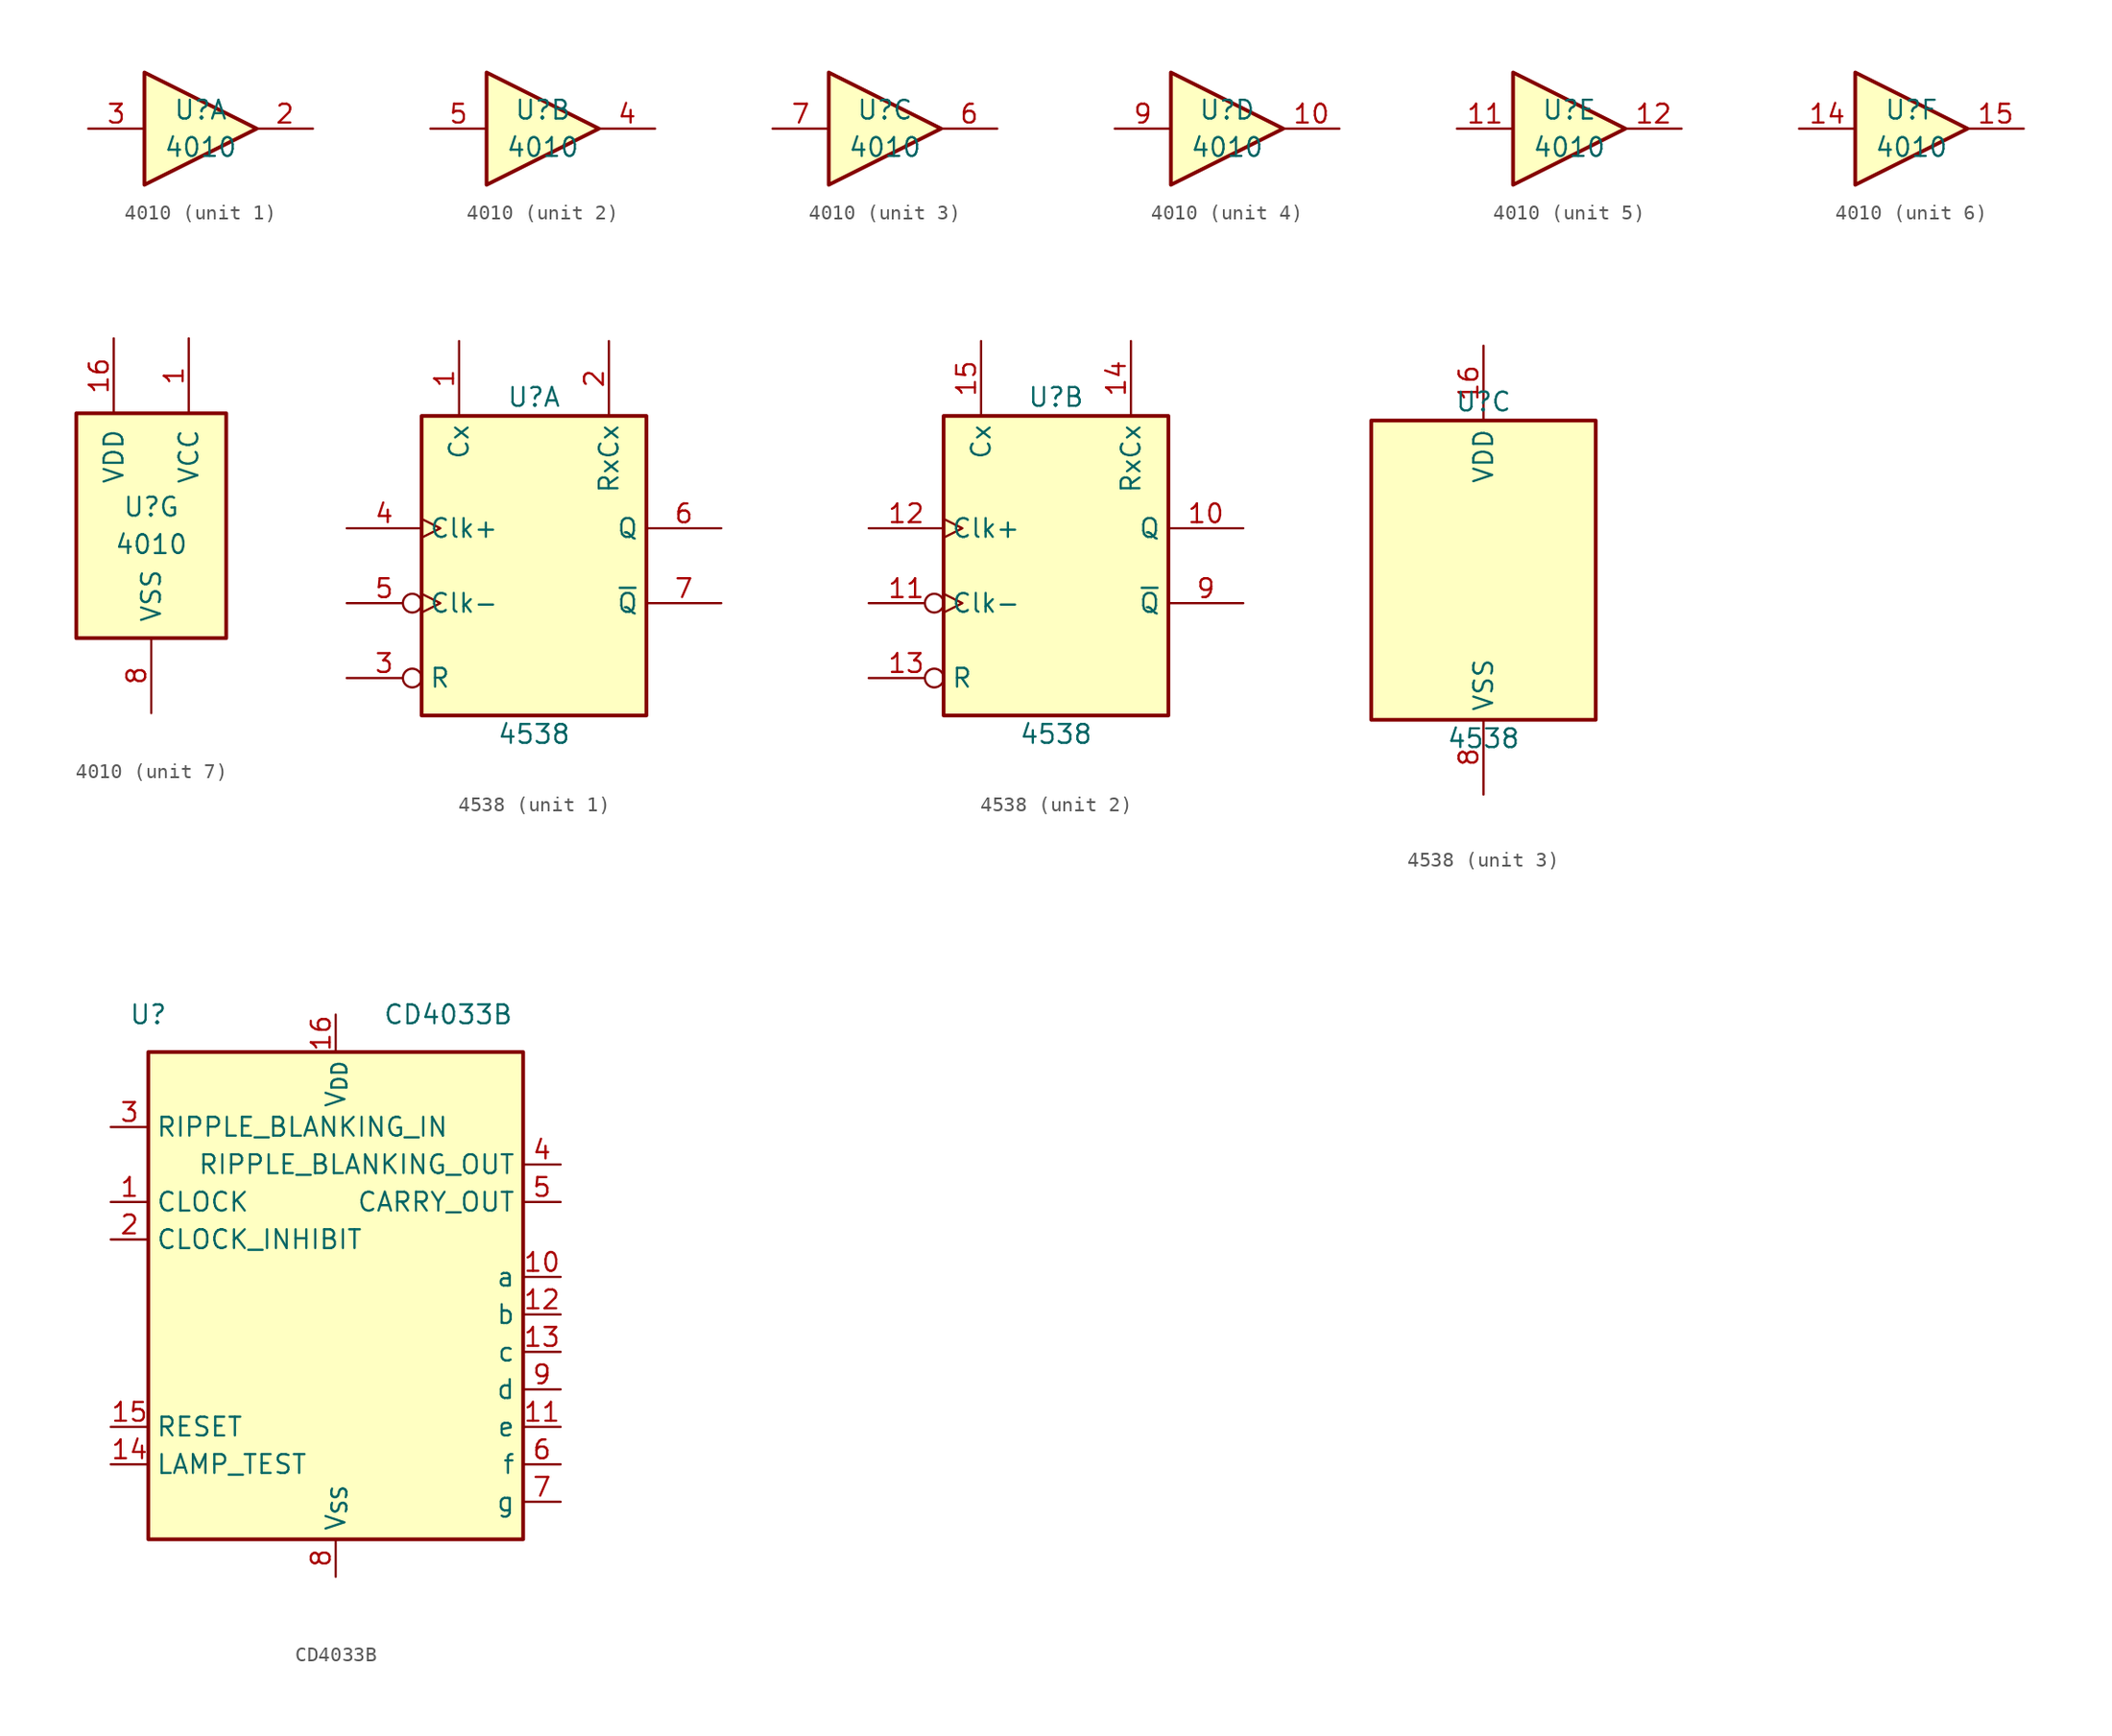
<source format=kicad_sym>
(kicad_symbol_lib
  (version 20231120)
  (generator "kicad_symbol_editor")
  (generator_version "8.0")
  (symbol "4010"
    (pin_names
      (offset 1.016))
    (property "Reference" "U"
      (at 0 1.27 0)
      (effects (font (size 1.27 1.27))))
    (property "Value" "4010"
      (at 0 -1.27 0)
      (effects (font (size 1.27 1.27))))
    (property "ki_locked" ""
      (at 0 0 0)
      (effects (font (size 1.27 1.27))))
    (symbol "4010_1_0"
      (polyline (pts (xy -3.81 3.81) (xy -3.81 -3.81) (xy 3.81 0) (xy -3.81 3.81)) (stroke (width 0.254) (type default)) (fill (type background)))
      (pin output line (at 7.62 0 180) (length 3.81) (name "~" (effects (font (size 1.27 1.27)))) (number "2" (effects (font (size 1.27 1.27)))))
      (pin input line (at -7.62 0 0) (length 3.81) (name "~" (effects (font (size 1.27 1.27)))) (number "3" (effects (font (size 1.27 1.27))))))
    (symbol "4010_2_0"
      (polyline (pts (xy -3.81 3.81) (xy -3.81 -3.81) (xy 3.81 0) (xy -3.81 3.81)) (stroke (width 0.254) (type default)) (fill (type background)))
      (pin output line (at 7.62 0 180) (length 3.81) (name "~" (effects (font (size 1.27 1.27)))) (number "4" (effects (font (size 1.27 1.27)))))
      (pin input line (at -7.62 0 0) (length 3.81) (name "~" (effects (font (size 1.27 1.27)))) (number "5" (effects (font (size 1.27 1.27))))))
    (symbol "4010_3_0"
      (polyline (pts (xy -3.81 3.81) (xy -3.81 -3.81) (xy 3.81 0) (xy -3.81 3.81)) (stroke (width 0.254) (type default)) (fill (type background)))
      (pin output line (at 7.62 0 180) (length 3.81) (name "~" (effects (font (size 1.27 1.27)))) (number "6" (effects (font (size 1.27 1.27)))))
      (pin input line (at -7.62 0 0) (length 3.81) (name "~" (effects (font (size 1.27 1.27)))) (number "7" (effects (font (size 1.27 1.27))))))
    (symbol "4010_4_0"
      (polyline (pts (xy -3.81 3.81) (xy -3.81 -3.81) (xy 3.81 0) (xy -3.81 3.81)) (stroke (width 0.254) (type default)) (fill (type background)))
      (pin output line (at 7.62 0 180) (length 3.81) (name "~" (effects (font (size 1.27 1.27)))) (number "10" (effects (font (size 1.27 1.27)))))
      (pin input line (at -7.62 0 0) (length 3.81) (name "~" (effects (font (size 1.27 1.27)))) (number "9" (effects (font (size 1.27 1.27))))))
    (symbol "4010_5_0"
      (polyline (pts (xy -3.81 3.81) (xy -3.81 -3.81) (xy 3.81 0) (xy -3.81 3.81)) (stroke (width 0.254) (type default)) (fill (type background)))
      (pin input line (at -7.62 0 0) (length 3.81) (name "~" (effects (font (size 1.27 1.27)))) (number "11" (effects (font (size 1.27 1.27)))))
      (pin output line (at 7.62 0 180) (length 3.81) (name "~" (effects (font (size 1.27 1.27)))) (number "12" (effects (font (size 1.27 1.27))))))
    (symbol "4010_6_0"
      (polyline (pts (xy -3.81 3.81) (xy -3.81 -3.81) (xy 3.81 0) (xy -3.81 3.81)) (stroke (width 0.254) (type default)) (fill (type background)))
      (pin input line (at -7.62 0 0) (length 3.81) (name "~" (effects (font (size 1.27 1.27)))) (number "14" (effects (font (size 1.27 1.27)))))
      (pin output line (at 7.62 0 180) (length 3.81) (name "~" (effects (font (size 1.27 1.27)))) (number "15" (effects (font (size 1.27 1.27))))))
    (symbol "4010_7_0"
      (pin power_in line (at 2.54 12.7 270) (length 5.08) (name "VCC" (effects (font (size 1.27 1.27)))) (number "1" (effects (font (size 1.27 1.27)))))
      (pin power_in line (at -2.54 12.7 270) (length 5.08) (name "VDD" (effects (font (size 1.27 1.27)))) (number "16" (effects (font (size 1.27 1.27)))))
      (pin power_in line (at 0 -12.7 90) (length 5.08) (name "VSS" (effects (font (size 1.27 1.27)))) (number "8" (effects (font (size 1.27 1.27))))))
    (symbol "4010_7_1"
      (rectangle (start -5.08 7.62) (end 5.08 -7.62) (stroke (width 0.254) (type default)) (fill (type background)))))
  (symbol "4538"
    (property "Reference" "U"
      (at 0 11.43 0)
      (effects (font (size 1.27 1.27))))
    (property "Value" "4538"
      (at 0 -11.43 0)
      (effects (font (size 1.27 1.27))))
    (property "ki_locked" ""
      (at 0 0 0)
      (effects (font (size 1.27 1.27))))
    (symbol "4538_1_0"
      (pin input line (at -5.08 15.24 270) (length 5.08) (name "Cx" (effects (font (size 1.27 1.27)))) (number "1" (effects (font (size 1.27 1.27)))))
      (pin input line (at 5.08 15.24 270) (length 5.08) (name "RxCx" (effects (font (size 1.27 1.27)))) (number "2" (effects (font (size 1.27 1.27)))))
      (pin input inverted (at -12.7 -7.62 0) (length 5.08) (name "R" (effects (font (size 1.27 1.27)))) (number "3" (effects (font (size 1.27 1.27)))))
      (pin input clock (at -12.7 2.54 0) (length 5.08) (name "Clk+" (effects (font (size 1.27 1.27)))) (number "4" (effects (font (size 1.27 1.27)))))
      (pin input inverted_clock (at -12.7 -2.54 0) (length 5.08) (name "Clk-" (effects (font (size 1.27 1.27)))) (number "5" (effects (font (size 1.27 1.27)))))
      (pin output line (at 12.7 2.54 180) (length 5.08) (name "Q" (effects (font (size 1.27 1.27)))) (number "6" (effects (font (size 1.27 1.27)))))
      (pin output line (at 12.7 -2.54 180) (length 5.08) (name "~{Q}" (effects (font (size 1.27 1.27)))) (number "7" (effects (font (size 1.27 1.27))))))
    (symbol "4538_1_1"
      (rectangle (start -7.62 10.16) (end 7.62 -10.16) (stroke (width 0.254) (type default)) (fill (type background))))
    (symbol "4538_2_0"
      (pin output line (at 12.7 2.54 180) (length 5.08) (name "Q" (effects (font (size 1.27 1.27)))) (number "10" (effects (font (size 1.27 1.27)))))
      (pin input inverted_clock (at -12.7 -2.54 0) (length 5.08) (name "Clk-" (effects (font (size 1.27 1.27)))) (number "11" (effects (font (size 1.27 1.27)))))
      (pin input clock (at -12.7 2.54 0) (length 5.08) (name "Clk+" (effects (font (size 1.27 1.27)))) (number "12" (effects (font (size 1.27 1.27)))))
      (pin input inverted (at -12.7 -7.62 0) (length 5.08) (name "R" (effects (font (size 1.27 1.27)))) (number "13" (effects (font (size 1.27 1.27)))))
      (pin input line (at 5.08 15.24 270) (length 5.08) (name "RxCx" (effects (font (size 1.27 1.27)))) (number "14" (effects (font (size 1.27 1.27)))))
      (pin input line (at -5.08 15.24 270) (length 5.08) (name "Cx" (effects (font (size 1.27 1.27)))) (number "15" (effects (font (size 1.27 1.27)))))
      (pin output line (at 12.7 -2.54 180) (length 5.08) (name "~{Q}" (effects (font (size 1.27 1.27)))) (number "9" (effects (font (size 1.27 1.27))))))
    (symbol "4538_2_1"
      (rectangle (start -7.62 10.16) (end 7.62 -10.16) (stroke (width 0.254) (type default)) (fill (type background))))
    (symbol "4538_3_0"
      (pin power_in line (at 0 15.24 270) (length 5.08) (name "VDD" (effects (font (size 1.27 1.27)))) (number "16" (effects (font (size 1.27 1.27)))))
      (pin power_in line (at 0 -15.24 90) (length 5.08) (name "VSS" (effects (font (size 1.27 1.27)))) (number "8" (effects (font (size 1.27 1.27))))))
    (symbol "4538_3_1"
      (rectangle (start -7.62 10.16) (end 7.62 -10.16) (stroke (width 0.254) (type default)) (fill (type background)))))
  (symbol "CD4033B"
    (property "Reference" "U"
      (at -12.7 17.78 0)
      (effects (font (size 1.27 1.27))))
    (property "Value" "CD4033B"
      (at 7.62 17.78 0)
      (effects (font (size 1.27 1.27))))
    (symbol "CD4033B_1_1"
      (rectangle (start -12.7 15.24) (end 12.7 -17.78) (stroke (width 0.254) (type default)) (fill (type background)))
      (pin input line (at -15.24 5.08 0) (length 2.54) (name "CLOCK" (effects (font (size 1.27 1.27)))) (number "1" (effects (font (size 1.27 1.27)))))
      (pin output line (at 15.24 0 180) (length 2.54) (name "a" (effects (font (size 1.27 1.27)))) (number "10" (effects (font (size 1.27 1.27)))))
      (pin output line (at 15.24 -10.16 180) (length 2.54) (name "e" (effects (font (size 1.27 1.27)))) (number "11" (effects (font (size 1.27 1.27)))))
      (pin output line (at 15.24 -2.54 180) (length 2.54) (name "b" (effects (font (size 1.27 1.27)))) (number "12" (effects (font (size 1.27 1.27)))))
      (pin output line (at 15.24 -5.08 180) (length 2.54) (name "c" (effects (font (size 1.27 1.27)))) (number "13" (effects (font (size 1.27 1.27)))))
      (pin input line (at -15.24 -12.7 0) (length 2.54) (name "LAMP_TEST" (effects (font (size 1.27 1.27)))) (number "14" (effects (font (size 1.27 1.27)))))
      (pin input line (at -15.24 -10.16 0) (length 2.54) (name "RESET" (effects (font (size 1.27 1.27)))) (number "15" (effects (font (size 1.27 1.27)))))
      (pin power_in line (at 0 17.78 270) (length 2.54) (name "V_{DD}" (effects (font (size 1.27 1.27)))) (number "16" (effects (font (size 1.27 1.27)))))
      (pin input line (at -15.24 2.54 0) (length 2.54) (name "CLOCK_INHIBIT" (effects (font (size 1.27 1.27)))) (number "2" (effects (font (size 1.27 1.27)))))
      (pin input line (at -15.24 10.16 0) (length 2.54) (name "RIPPLE_BLANKING_IN" (effects (font (size 1.27 1.27)))) (number "3" (effects (font (size 1.27 1.27)))))
      (pin output line (at 15.24 7.62 180) (length 2.54) (name "RIPPLE_BLANKING_OUT" (effects (font (size 1.27 1.27)))) (number "4" (effects (font (size 1.27 1.27)))))
      (pin output line (at 15.24 5.08 180) (length 2.54) (name "CARRY_OUT" (effects (font (size 1.27 1.27)))) (number "5" (effects (font (size 1.27 1.27)))))
      (pin output line (at 15.24 -12.7 180) (length 2.54) (name "f" (effects (font (size 1.27 1.27)))) (number "6" (effects (font (size 1.27 1.27)))))
      (pin output line (at 15.24 -15.24 180) (length 2.54) (name "g" (effects (font (size 1.27 1.27)))) (number "7" (effects (font (size 1.27 1.27)))))
      (pin power_in line (at 0 -20.32 90) (length 2.54) (name "V_{SS}" (effects (font (size 1.27 1.27)))) (number "8" (effects (font (size 1.27 1.27)))))
      (pin output line (at 15.24 -7.62 180) (length 2.54) (name "d" (effects (font (size 1.27 1.27)))) (number "9" (effects (font (size 1.27 1.27))))))))
</source>
